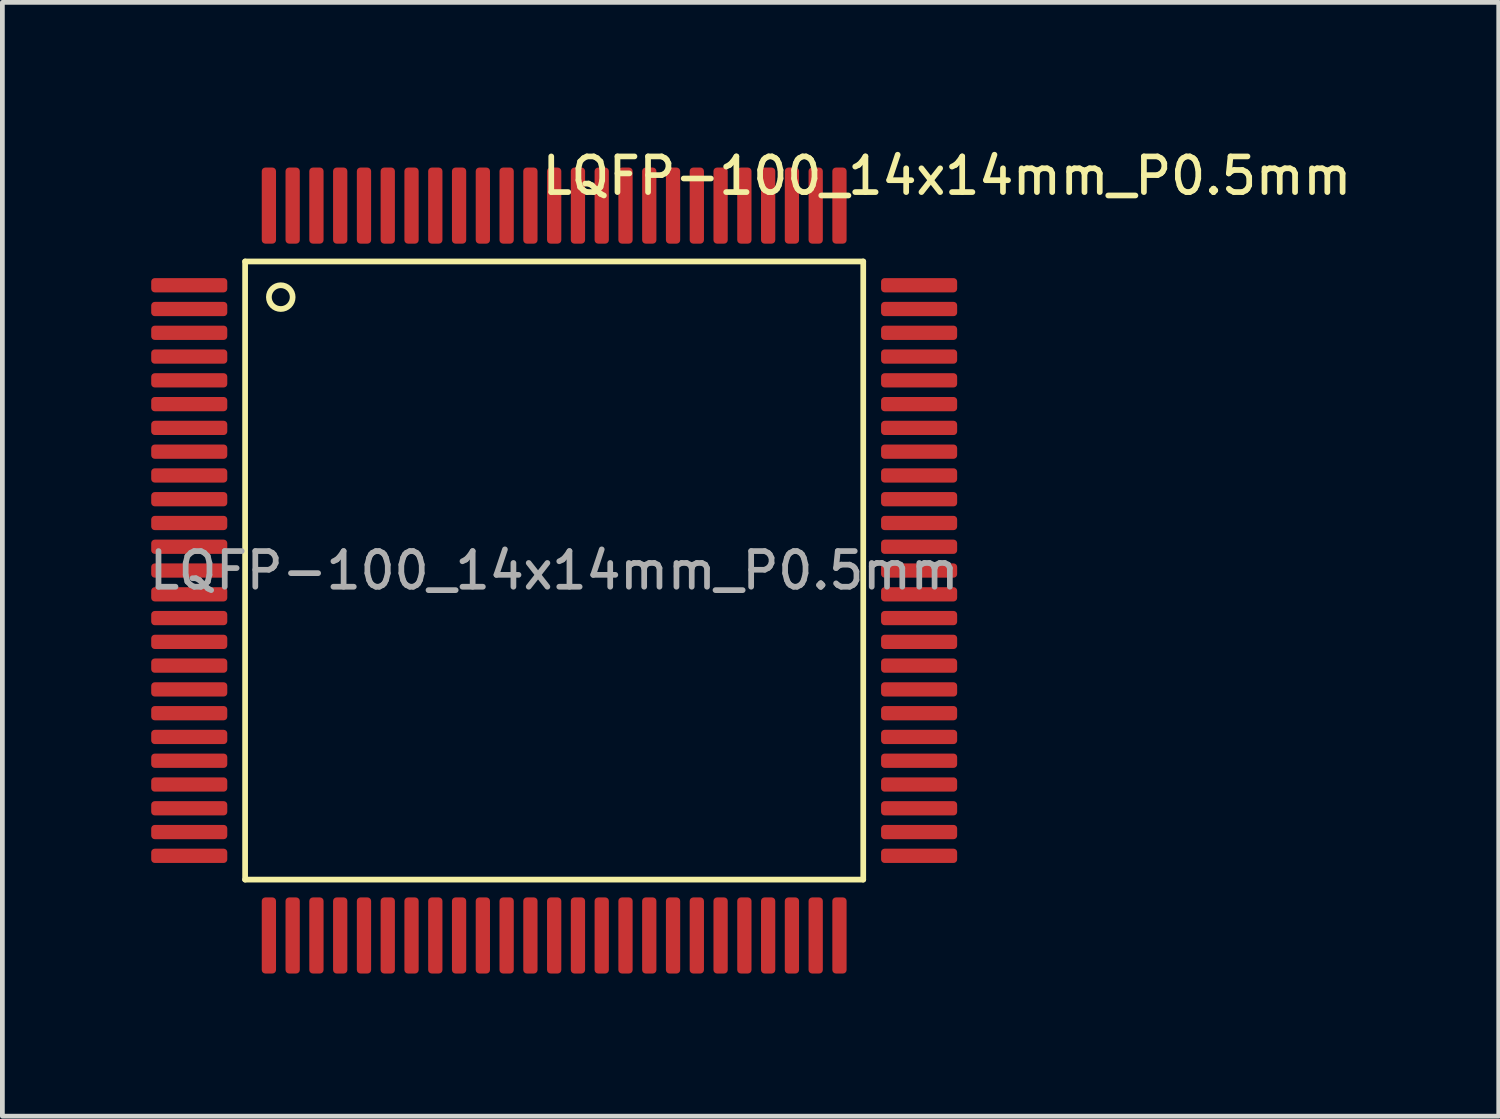
<source format=kicad_pcb>
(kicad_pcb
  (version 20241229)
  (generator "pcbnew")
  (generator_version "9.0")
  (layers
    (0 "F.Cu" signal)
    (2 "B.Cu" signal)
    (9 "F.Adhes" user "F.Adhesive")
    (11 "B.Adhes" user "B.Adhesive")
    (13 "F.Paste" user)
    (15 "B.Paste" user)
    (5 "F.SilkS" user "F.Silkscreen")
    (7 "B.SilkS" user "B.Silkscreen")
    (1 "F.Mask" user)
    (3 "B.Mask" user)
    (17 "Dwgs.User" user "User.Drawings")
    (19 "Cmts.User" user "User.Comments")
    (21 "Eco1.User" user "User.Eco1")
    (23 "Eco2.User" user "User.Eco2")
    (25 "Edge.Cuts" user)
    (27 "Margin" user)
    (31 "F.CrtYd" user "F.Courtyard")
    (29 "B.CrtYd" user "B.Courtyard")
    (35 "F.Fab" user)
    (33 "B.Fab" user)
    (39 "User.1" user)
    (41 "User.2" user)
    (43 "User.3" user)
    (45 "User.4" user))
  (footprint "LQFP-100_14x14mm_P0.5mm"
    (layer "F.Cu")
    (at 8.605 8.949)
    (property "Reference" "LQFP-100_14x14mm_P0.5mm" (at 8.26 -8.3 0) (layer "F.SilkS") (effects (font (size 0.75 0.75) (thickness 0.12))))
    (attr smd)
    (fp_line (start -6.5 -6.5) (end 6.5 -6.5) (stroke (width 0.12) (type solid)) (layer "F.SilkS"))
    (fp_line (start -6.5 6.5) (end -6.5 -6.5) (stroke (width 0.12) (type solid)) (layer "F.SilkS"))
    (fp_line (start 6.5 -6.5) (end 6.5 6.5) (stroke (width 0.12) (type solid)) (layer "F.SilkS"))
    (fp_line (start 6.5 6.5) (end -6.5 6.5) (stroke (width 0.12) (type solid)) (layer "F.SilkS"))
    (fp_circle (center -5.75 -5.75) (end -5.75 -6) (stroke (width 0.12) (type solid)) (fill no) (layer "F.SilkS"))
    (fp_text user "${REFERENCE}" (at 0 0 0) (layer "F.Fab") (effects (font (size 0.75 0.75) (thickness 0.12))))
    (pad "1" smd roundrect (at -7.675 -6) (size 1.6 0.3) (layers "F.Cu" "F.Mask" "F.Paste") (roundrect_rratio 0.25))
    (pad "2" smd roundrect (at -7.675 -5.5) (size 1.6 0.3) (layers "F.Cu" "F.Mask" "F.Paste") (roundrect_rratio 0.25))
    (pad "3" smd roundrect (at -7.675 -5) (size 1.6 0.3) (layers "F.Cu" "F.Mask" "F.Paste") (roundrect_rratio 0.25))
    (pad "4" smd roundrect (at -7.675 -4.5) (size 1.6 0.3) (layers "F.Cu" "F.Mask" "F.Paste") (roundrect_rratio 0.25))
    (pad "5" smd roundrect (at -7.675 -4) (size 1.6 0.3) (layers "F.Cu" "F.Mask" "F.Paste") (roundrect_rratio 0.25))
    (pad "6" smd roundrect (at -7.675 -3.5) (size 1.6 0.3) (layers "F.Cu" "F.Mask" "F.Paste") (roundrect_rratio 0.25))
    (pad "7" smd roundrect (at -7.675 -3) (size 1.6 0.3) (layers "F.Cu" "F.Mask" "F.Paste") (roundrect_rratio 0.25))
    (pad "8" smd roundrect (at -7.675 -2.5) (size 1.6 0.3) (layers "F.Cu" "F.Mask" "F.Paste") (roundrect_rratio 0.25))
    (pad "9" smd roundrect (at -7.675 -2) (size 1.6 0.3) (layers "F.Cu" "F.Mask" "F.Paste") (roundrect_rratio 0.25))
    (pad "10" smd roundrect (at -7.675 -1.5) (size 1.6 0.3) (layers "F.Cu" "F.Mask" "F.Paste") (roundrect_rratio 0.25))
    (pad "11" smd roundrect (at -7.675 -1) (size 1.6 0.3) (layers "F.Cu" "F.Mask" "F.Paste") (roundrect_rratio 0.25))
    (pad "12" smd roundrect (at -7.675 -0.5) (size 1.6 0.3) (layers "F.Cu" "F.Mask" "F.Paste") (roundrect_rratio 0.25))
    (pad "13" smd roundrect (at -7.675 0) (size 1.6 0.3) (layers "F.Cu" "F.Mask" "F.Paste") (roundrect_rratio 0.25))
    (pad "14" smd roundrect (at -7.675 0.5) (size 1.6 0.3) (layers "F.Cu" "F.Mask" "F.Paste") (roundrect_rratio 0.25))
    (pad "15" smd roundrect (at -7.675 1) (size 1.6 0.3) (layers "F.Cu" "F.Mask" "F.Paste") (roundrect_rratio 0.25))
    (pad "16" smd roundrect (at -7.675 1.5) (size 1.6 0.3) (layers "F.Cu" "F.Mask" "F.Paste") (roundrect_rratio 0.25))
    (pad "17" smd roundrect (at -7.675 2) (size 1.6 0.3) (layers "F.Cu" "F.Mask" "F.Paste") (roundrect_rratio 0.25))
    (pad "18" smd roundrect (at -7.675 2.5) (size 1.6 0.3) (layers "F.Cu" "F.Mask" "F.Paste") (roundrect_rratio 0.25))
    (pad "19" smd roundrect (at -7.675 3) (size 1.6 0.3) (layers "F.Cu" "F.Mask" "F.Paste") (roundrect_rratio 0.25))
    (pad "20" smd roundrect (at -7.675 3.5) (size 1.6 0.3) (layers "F.Cu" "F.Mask" "F.Paste") (roundrect_rratio 0.25))
    (pad "21" smd roundrect (at -7.675 4) (size 1.6 0.3) (layers "F.Cu" "F.Mask" "F.Paste") (roundrect_rratio 0.25))
    (pad "22" smd roundrect (at -7.675 4.5) (size 1.6 0.3) (layers "F.Cu" "F.Mask" "F.Paste") (roundrect_rratio 0.25))
    (pad "23" smd roundrect (at -7.675 5) (size 1.6 0.3) (layers "F.Cu" "F.Mask" "F.Paste") (roundrect_rratio 0.25))
    (pad "24" smd roundrect (at -7.675 5.5) (size 1.6 0.3) (layers "F.Cu" "F.Mask" "F.Paste") (roundrect_rratio 0.25))
    (pad "25" smd roundrect (at -7.675 6) (size 1.6 0.3) (layers "F.Cu" "F.Mask" "F.Paste") (roundrect_rratio 0.25))
    (pad "26" smd roundrect (at -6 7.675) (size 0.3 1.6) (layers "F.Cu" "F.Mask" "F.Paste") (roundrect_rratio 0.25))
    (pad "27" smd roundrect (at -5.5 7.675) (size 0.3 1.6) (layers "F.Cu" "F.Mask" "F.Paste") (roundrect_rratio 0.25))
    (pad "28" smd roundrect (at -5 7.675) (size 0.3 1.6) (layers "F.Cu" "F.Mask" "F.Paste") (roundrect_rratio 0.25))
    (pad "29" smd roundrect (at -4.5 7.675) (size 0.3 1.6) (layers "F.Cu" "F.Mask" "F.Paste") (roundrect_rratio 0.25))
    (pad "30" smd roundrect (at -4 7.675) (size 0.3 1.6) (layers "F.Cu" "F.Mask" "F.Paste") (roundrect_rratio 0.25))
    (pad "31" smd roundrect (at -3.5 7.675) (size 0.3 1.6) (layers "F.Cu" "F.Mask" "F.Paste") (roundrect_rratio 0.25))
    (pad "32" smd roundrect (at -3 7.675) (size 0.3 1.6) (layers "F.Cu" "F.Mask" "F.Paste") (roundrect_rratio 0.25))
    (pad "33" smd roundrect (at -2.5 7.675) (size 0.3 1.6) (layers "F.Cu" "F.Mask" "F.Paste") (roundrect_rratio 0.25))
    (pad "34" smd roundrect (at -2 7.675) (size 0.3 1.6) (layers "F.Cu" "F.Mask" "F.Paste") (roundrect_rratio 0.25))
    (pad "35" smd roundrect (at -1.5 7.675) (size 0.3 1.6) (layers "F.Cu" "F.Mask" "F.Paste") (roundrect_rratio 0.25))
    (pad "36" smd roundrect (at -1 7.675) (size 0.3 1.6) (layers "F.Cu" "F.Mask" "F.Paste") (roundrect_rratio 0.25))
    (pad "37" smd roundrect (at -0.5 7.675) (size 0.3 1.6) (layers "F.Cu" "F.Mask" "F.Paste") (roundrect_rratio 0.25))
    (pad "38" smd roundrect (at 0 7.675) (size 0.3 1.6) (layers "F.Cu" "F.Mask" "F.Paste") (roundrect_rratio 0.25))
    (pad "39" smd roundrect (at 0.5 7.675) (size 0.3 1.6) (layers "F.Cu" "F.Mask" "F.Paste") (roundrect_rratio 0.25))
    (pad "40" smd roundrect (at 1 7.675) (size 0.3 1.6) (layers "F.Cu" "F.Mask" "F.Paste") (roundrect_rratio 0.25))
    (pad "41" smd roundrect (at 1.5 7.675) (size 0.3 1.6) (layers "F.Cu" "F.Mask" "F.Paste") (roundrect_rratio 0.25))
    (pad "42" smd roundrect (at 2 7.675) (size 0.3 1.6) (layers "F.Cu" "F.Mask" "F.Paste") (roundrect_rratio 0.25))
    (pad "43" smd roundrect (at 2.5 7.675) (size 0.3 1.6) (layers "F.Cu" "F.Mask" "F.Paste") (roundrect_rratio 0.25))
    (pad "44" smd roundrect (at 3 7.675) (size 0.3 1.6) (layers "F.Cu" "F.Mask" "F.Paste") (roundrect_rratio 0.25))
    (pad "45" smd roundrect (at 3.5 7.675) (size 0.3 1.6) (layers "F.Cu" "F.Mask" "F.Paste") (roundrect_rratio 0.25))
    (pad "46" smd roundrect (at 4 7.675) (size 0.3 1.6) (layers "F.Cu" "F.Mask" "F.Paste") (roundrect_rratio 0.25))
    (pad "47" smd roundrect (at 4.5 7.675) (size 0.3 1.6) (layers "F.Cu" "F.Mask" "F.Paste") (roundrect_rratio 0.25))
    (pad "48" smd roundrect (at 5 7.675) (size 0.3 1.6) (layers "F.Cu" "F.Mask" "F.Paste") (roundrect_rratio 0.25))
    (pad "49" smd roundrect (at 5.5 7.675) (size 0.3 1.6) (layers "F.Cu" "F.Mask" "F.Paste") (roundrect_rratio 0.25))
    (pad "50" smd roundrect (at 6 7.675) (size 0.3 1.6) (layers "F.Cu" "F.Mask" "F.Paste") (roundrect_rratio 0.25))
    (pad "51" smd roundrect (at 7.675 6) (size 1.6 0.3) (layers "F.Cu" "F.Mask" "F.Paste") (roundrect_rratio 0.25))
    (pad "52" smd roundrect (at 7.675 5.5) (size 1.6 0.3) (layers "F.Cu" "F.Mask" "F.Paste") (roundrect_rratio 0.25))
    (pad "53" smd roundrect (at 7.675 5) (size 1.6 0.3) (layers "F.Cu" "F.Mask" "F.Paste") (roundrect_rratio 0.25))
    (pad "54" smd roundrect (at 7.675 4.5) (size 1.6 0.3) (layers "F.Cu" "F.Mask" "F.Paste") (roundrect_rratio 0.25))
    (pad "55" smd roundrect (at 7.675 4) (size 1.6 0.3) (layers "F.Cu" "F.Mask" "F.Paste") (roundrect_rratio 0.25))
    (pad "56" smd roundrect (at 7.675 3.5) (size 1.6 0.3) (layers "F.Cu" "F.Mask" "F.Paste") (roundrect_rratio 0.25))
    (pad "57" smd roundrect (at 7.675 3) (size 1.6 0.3) (layers "F.Cu" "F.Mask" "F.Paste") (roundrect_rratio 0.25))
    (pad "58" smd roundrect (at 7.675 2.5) (size 1.6 0.3) (layers "F.Cu" "F.Mask" "F.Paste") (roundrect_rratio 0.25))
    (pad "59" smd roundrect (at 7.675 2) (size 1.6 0.3) (layers "F.Cu" "F.Mask" "F.Paste") (roundrect_rratio 0.25))
    (pad "60" smd roundrect (at 7.675 1.5) (size 1.6 0.3) (layers "F.Cu" "F.Mask" "F.Paste") (roundrect_rratio 0.25))
    (pad "61" smd roundrect (at 7.675 1) (size 1.6 0.3) (layers "F.Cu" "F.Mask" "F.Paste") (roundrect_rratio 0.25))
    (pad "62" smd roundrect (at 7.675 0.5) (size 1.6 0.3) (layers "F.Cu" "F.Mask" "F.Paste") (roundrect_rratio 0.25))
    (pad "63" smd roundrect (at 7.675 0) (size 1.6 0.3) (layers "F.Cu" "F.Mask" "F.Paste") (roundrect_rratio 0.25))
    (pad "64" smd roundrect (at 7.675 -0.5) (size 1.6 0.3) (layers "F.Cu" "F.Mask" "F.Paste") (roundrect_rratio 0.25))
    (pad "65" smd roundrect (at 7.675 -1) (size 1.6 0.3) (layers "F.Cu" "F.Mask" "F.Paste") (roundrect_rratio 0.25))
    (pad "66" smd roundrect (at 7.675 -1.5) (size 1.6 0.3) (layers "F.Cu" "F.Mask" "F.Paste") (roundrect_rratio 0.25))
    (pad "67" smd roundrect (at 7.675 -2) (size 1.6 0.3) (layers "F.Cu" "F.Mask" "F.Paste") (roundrect_rratio 0.25))
    (pad "68" smd roundrect (at 7.675 -2.5) (size 1.6 0.3) (layers "F.Cu" "F.Mask" "F.Paste") (roundrect_rratio 0.25))
    (pad "69" smd roundrect (at 7.675 -3) (size 1.6 0.3) (layers "F.Cu" "F.Mask" "F.Paste") (roundrect_rratio 0.25))
    (pad "70" smd roundrect (at 7.675 -3.5) (size 1.6 0.3) (layers "F.Cu" "F.Mask" "F.Paste") (roundrect_rratio 0.25))
    (pad "71" smd roundrect (at 7.675 -4) (size 1.6 0.3) (layers "F.Cu" "F.Mask" "F.Paste") (roundrect_rratio 0.25))
    (pad "72" smd roundrect (at 7.675 -4.5) (size 1.6 0.3) (layers "F.Cu" "F.Mask" "F.Paste") (roundrect_rratio 0.25))
    (pad "73" smd roundrect (at 7.675 -5) (size 1.6 0.3) (layers "F.Cu" "F.Mask" "F.Paste") (roundrect_rratio 0.25))
    (pad "74" smd roundrect (at 7.675 -5.5) (size 1.6 0.3) (layers "F.Cu" "F.Mask" "F.Paste") (roundrect_rratio 0.25))
    (pad "75" smd roundrect (at 7.675 -6) (size 1.6 0.3) (layers "F.Cu" "F.Mask" "F.Paste") (roundrect_rratio 0.25))
    (pad "76" smd roundrect (at 6 -7.675) (size 0.3 1.6) (layers "F.Cu" "F.Mask" "F.Paste") (roundrect_rratio 0.25))
    (pad "77" smd roundrect (at 5.5 -7.675) (size 0.3 1.6) (layers "F.Cu" "F.Mask" "F.Paste") (roundrect_rratio 0.25))
    (pad "78" smd roundrect (at 5 -7.675) (size 0.3 1.6) (layers "F.Cu" "F.Mask" "F.Paste") (roundrect_rratio 0.25))
    (pad "79" smd roundrect (at 4.5 -7.675) (size 0.3 1.6) (layers "F.Cu" "F.Mask" "F.Paste") (roundrect_rratio 0.25))
    (pad "80" smd roundrect (at 4 -7.675) (size 0.3 1.6) (layers "F.Cu" "F.Mask" "F.Paste") (roundrect_rratio 0.25))
    (pad "81" smd roundrect (at 3.5 -7.675) (size 0.3 1.6) (layers "F.Cu" "F.Mask" "F.Paste") (roundrect_rratio 0.25))
    (pad "82" smd roundrect (at 3 -7.675) (size 0.3 1.6) (layers "F.Cu" "F.Mask" "F.Paste") (roundrect_rratio 0.25))
    (pad "83" smd roundrect (at 2.5 -7.675) (size 0.3 1.6) (layers "F.Cu" "F.Mask" "F.Paste") (roundrect_rratio 0.25))
    (pad "84" smd roundrect (at 2 -7.675) (size 0.3 1.6) (layers "F.Cu" "F.Mask" "F.Paste") (roundrect_rratio 0.25))
    (pad "85" smd roundrect (at 1.5 -7.675) (size 0.3 1.6) (layers "F.Cu" "F.Mask" "F.Paste") (roundrect_rratio 0.25))
    (pad "86" smd roundrect (at 1 -7.675) (size 0.3 1.6) (layers "F.Cu" "F.Mask" "F.Paste") (roundrect_rratio 0.25))
    (pad "87" smd roundrect (at 0.5 -7.675) (size 0.3 1.6) (layers "F.Cu" "F.Mask" "F.Paste") (roundrect_rratio 0.25))
    (pad "88" smd roundrect (at 0 -7.675) (size 0.3 1.6) (layers "F.Cu" "F.Mask" "F.Paste") (roundrect_rratio 0.25))
    (pad "89" smd roundrect (at -0.5 -7.675) (size 0.3 1.6) (layers "F.Cu" "F.Mask" "F.Paste") (roundrect_rratio 0.25))
    (pad "90" smd roundrect (at -1 -7.675) (size 0.3 1.6) (layers "F.Cu" "F.Mask" "F.Paste") (roundrect_rratio 0.25))
    (pad "91" smd roundrect (at -1.5 -7.675) (size 0.3 1.6) (layers "F.Cu" "F.Mask" "F.Paste") (roundrect_rratio 0.25))
    (pad "92" smd roundrect (at -2 -7.675) (size 0.3 1.6) (layers "F.Cu" "F.Mask" "F.Paste") (roundrect_rratio 0.25))
    (pad "93" smd roundrect (at -2.5 -7.675) (size 0.3 1.6) (layers "F.Cu" "F.Mask" "F.Paste") (roundrect_rratio 0.25))
    (pad "94" smd roundrect (at -3 -7.675) (size 0.3 1.6) (layers "F.Cu" "F.Mask" "F.Paste") (roundrect_rratio 0.25))
    (pad "95" smd roundrect (at -3.5 -7.675) (size 0.3 1.6) (layers "F.Cu" "F.Mask" "F.Paste") (roundrect_rratio 0.25))
    (pad "96" smd roundrect (at -4 -7.675) (size 0.3 1.6) (layers "F.Cu" "F.Mask" "F.Paste") (roundrect_rratio 0.25))
    (pad "97" smd roundrect (at -4.5 -7.675) (size 0.3 1.6) (layers "F.Cu" "F.Mask" "F.Paste") (roundrect_rratio 0.25))
    (pad "98" smd roundrect (at -5 -7.675) (size 0.3 1.6) (layers "F.Cu" "F.Mask" "F.Paste") (roundrect_rratio 0.25))
    (pad "99" smd roundrect (at -5.5 -7.675) (size 0.3 1.6) (layers "F.Cu" "F.Mask" "F.Paste") (roundrect_rratio 0.25))
    (pad "100" smd roundrect (at -6 -7.675) (size 0.3 1.6) (layers "F.Cu" "F.Mask" "F.Paste") (roundrect_rratio 0.25)))
  (gr_rect
    (start -3 -3)
    (end 28.47 20.424)
    (stroke (width 0.1) (type default))
    (fill no)
    (layer "Edge.Cuts")))
</source>
